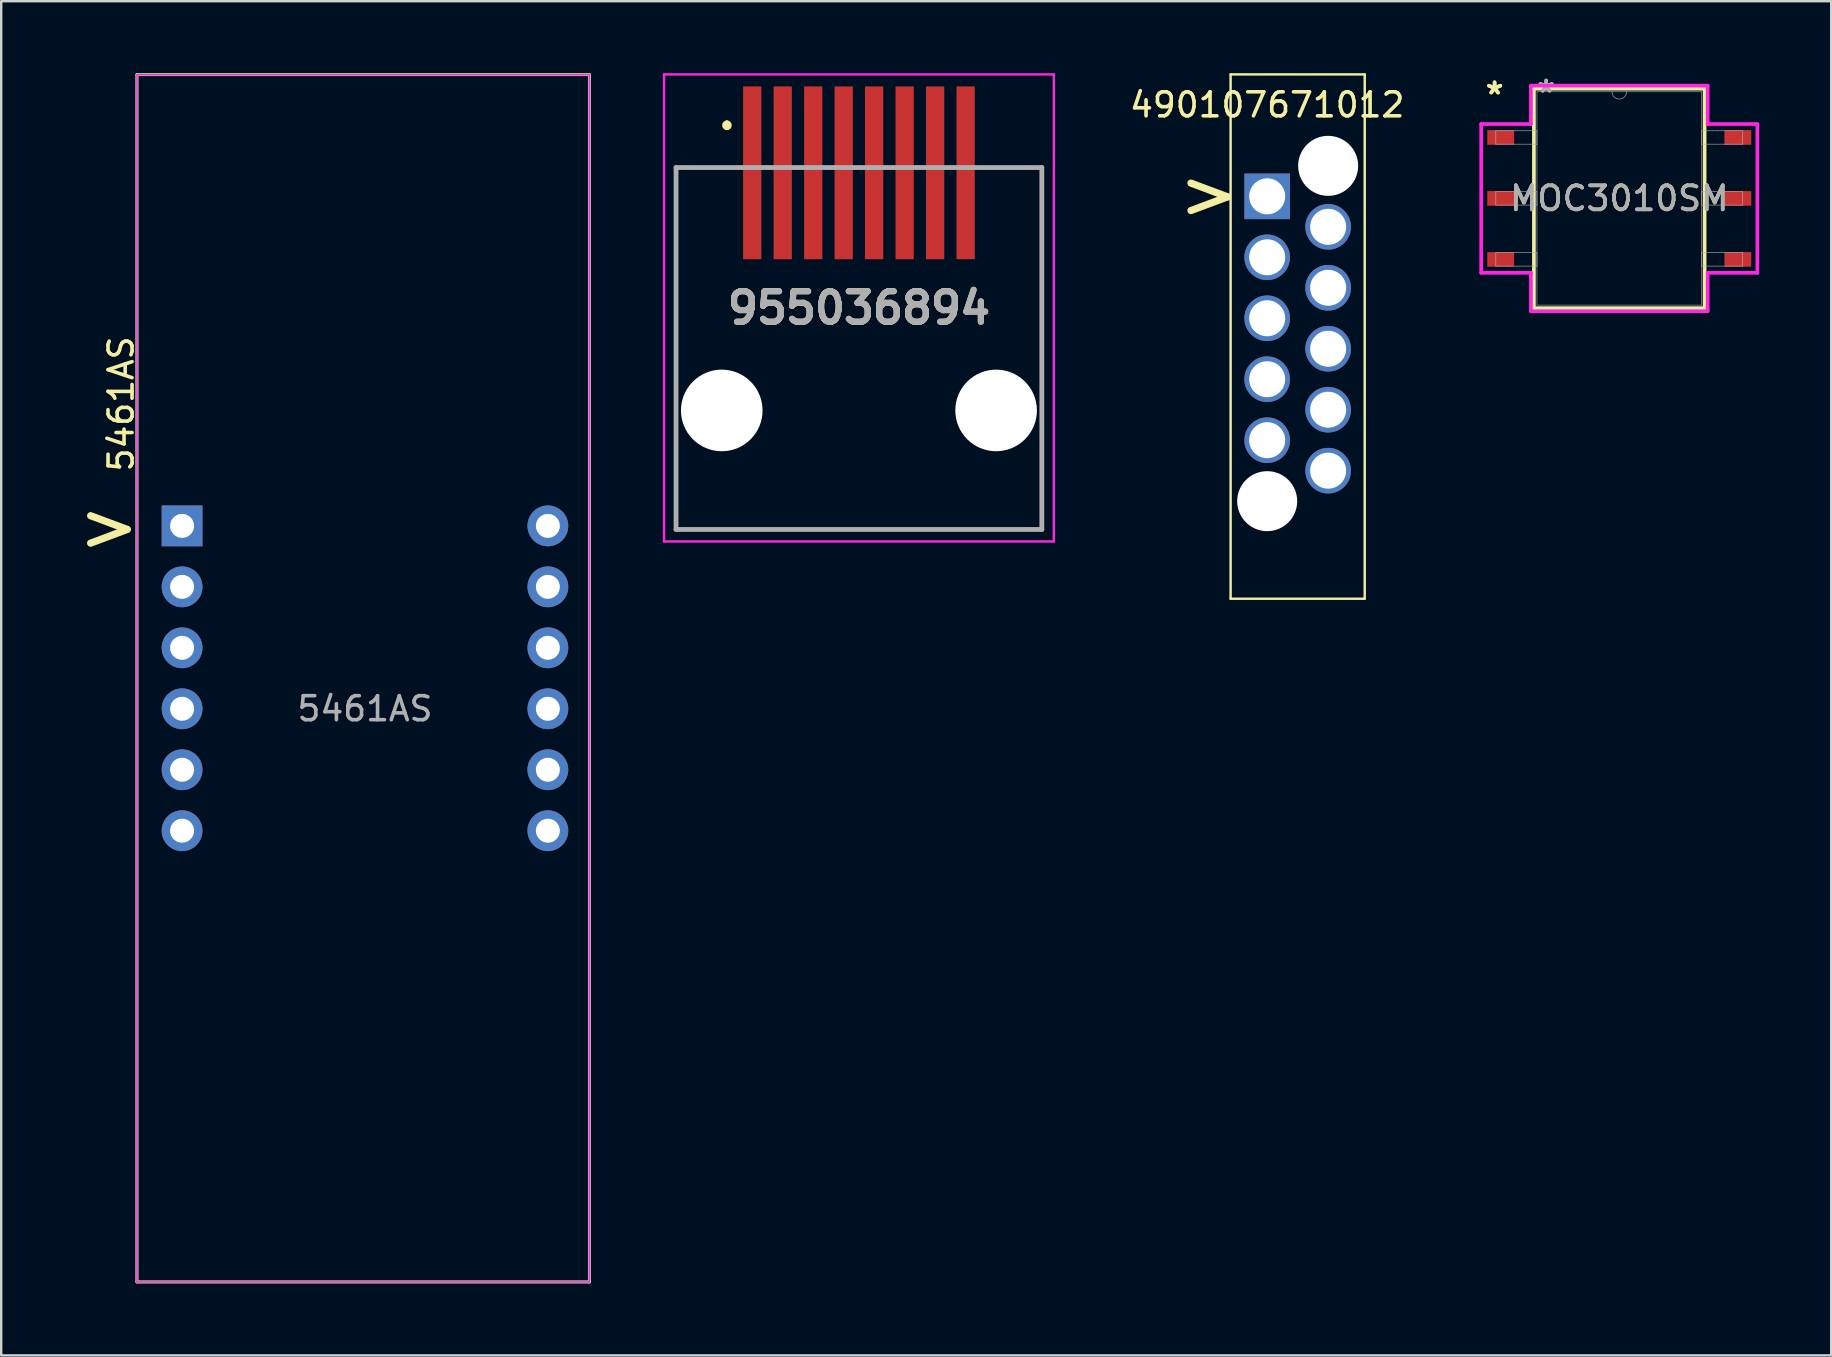
<source format=kicad_pcb>
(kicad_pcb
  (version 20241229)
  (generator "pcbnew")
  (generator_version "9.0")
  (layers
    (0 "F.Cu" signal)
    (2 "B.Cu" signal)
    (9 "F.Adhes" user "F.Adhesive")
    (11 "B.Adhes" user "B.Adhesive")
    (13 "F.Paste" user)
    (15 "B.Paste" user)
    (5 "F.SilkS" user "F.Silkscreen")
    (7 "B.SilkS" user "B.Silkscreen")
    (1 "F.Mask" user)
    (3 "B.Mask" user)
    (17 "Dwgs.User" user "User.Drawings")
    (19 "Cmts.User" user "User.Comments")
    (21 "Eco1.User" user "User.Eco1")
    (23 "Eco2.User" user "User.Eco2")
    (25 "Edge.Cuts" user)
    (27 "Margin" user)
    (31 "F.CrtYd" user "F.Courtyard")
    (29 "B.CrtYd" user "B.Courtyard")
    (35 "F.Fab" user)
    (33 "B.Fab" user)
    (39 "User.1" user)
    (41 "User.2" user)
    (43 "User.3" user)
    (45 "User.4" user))
  (footprint "MOC3010SM"
    (layer "F.Cu")
    (at 64.414 5.217)
    (property "Reference" "MOC3010SM" (at 0 0 0) (unlocked yes) (layer "F.SilkS") (effects (font (size 1 1) (thickness 0.15))))
    (attr smd)
    (fp_line (start -3.556 -4.572) (end -3.556 4.572) (stroke (width 0.152) (type solid)) (layer "F.SilkS"))
    (fp_line (start -3.556 4.572) (end 3.556 4.572) (stroke (width 0.152) (type solid)) (layer "F.SilkS"))
    (fp_line (start 3.556 -4.572) (end -3.556 -4.572) (stroke (width 0.152) (type solid)) (layer "F.SilkS"))
    (fp_line (start 3.556 4.572) (end 3.556 -4.572) (stroke (width 0.152) (type solid)) (layer "F.SilkS"))
    (fp_line (start -5.753 -3.099) (end -3.683 -3.099) (stroke (width 0.152) (type solid)) (layer "F.CrtYd"))
    (fp_line (start -5.753 3.099) (end -5.753 -3.099) (stroke (width 0.152) (type solid)) (layer "F.CrtYd"))
    (fp_line (start -5.753 3.099) (end -3.683 3.099) (stroke (width 0.152) (type solid)) (layer "F.CrtYd"))
    (fp_line (start -3.683 -4.699) (end 3.683 -4.699) (stroke (width 0.152) (type solid)) (layer "F.CrtYd"))
    (fp_line (start -3.683 -3.099) (end -3.683 -4.699) (stroke (width 0.152) (type solid)) (layer "F.CrtYd"))
    (fp_line (start -3.683 4.699) (end -3.683 3.099) (stroke (width 0.152) (type solid)) (layer "F.CrtYd"))
    (fp_line (start 3.683 -4.699) (end 3.683 -3.099) (stroke (width 0.152) (type solid)) (layer "F.CrtYd"))
    (fp_line (start 3.683 3.099) (end 3.683 4.699) (stroke (width 0.152) (type solid)) (layer "F.CrtYd"))
    (fp_line (start 3.683 4.699) (end -3.683 4.699) (stroke (width 0.152) (type solid)) (layer "F.CrtYd"))
    (fp_line (start 5.753 -3.099) (end 3.683 -3.099) (stroke (width 0.152) (type solid)) (layer "F.CrtYd"))
    (fp_line (start 5.753 -3.099) (end 5.753 3.099) (stroke (width 0.152) (type solid)) (layer "F.CrtYd"))
    (fp_line (start 5.753 3.099) (end 3.683 3.099) (stroke (width 0.152) (type solid)) (layer "F.CrtYd"))
    (fp_line (start -5.144 -2.819) (end -5.144 -2.261) (stroke (width 0.025) (type solid)) (layer "F.Fab"))
    (fp_line (start -5.144 -2.261) (end -3.429 -2.261) (stroke (width 0.025) (type solid)) (layer "F.Fab"))
    (fp_line (start -5.144 -0.279) (end -5.144 0.279) (stroke (width 0.025) (type solid)) (layer "F.Fab"))
    (fp_line (start -5.144 0.279) (end -3.429 0.279) (stroke (width 0.025) (type solid)) (layer "F.Fab"))
    (fp_line (start -5.144 2.261) (end -5.144 2.819) (stroke (width 0.025) (type solid)) (layer "F.Fab"))
    (fp_line (start -5.144 2.819) (end -3.429 2.819) (stroke (width 0.025) (type solid)) (layer "F.Fab"))
    (fp_line (start -3.429 -4.445) (end -3.429 4.445) (stroke (width 0.025) (type solid)) (layer "F.Fab"))
    (fp_line (start -3.429 -2.819) (end -5.144 -2.819) (stroke (width 0.025) (type solid)) (layer "F.Fab"))
    (fp_line (start -3.429 -2.261) (end -3.429 -2.819) (stroke (width 0.025) (type solid)) (layer "F.Fab"))
    (fp_line (start -3.429 -0.279) (end -5.144 -0.279) (stroke (width 0.025) (type solid)) (layer "F.Fab"))
    (fp_line (start -3.429 0.279) (end -3.429 -0.279) (stroke (width 0.025) (type solid)) (layer "F.Fab"))
    (fp_line (start -3.429 2.261) (end -5.144 2.261) (stroke (width 0.025) (type solid)) (layer "F.Fab"))
    (fp_line (start -3.429 2.819) (end -3.429 2.261) (stroke (width 0.025) (type solid)) (layer "F.Fab"))
    (fp_line (start -3.429 4.445) (end 3.429 4.445) (stroke (width 0.025) (type solid)) (layer "F.Fab"))
    (fp_line (start 3.429 -4.445) (end -3.429 -4.445) (stroke (width 0.025) (type solid)) (layer "F.Fab"))
    (fp_line (start 3.429 -2.819) (end 3.429 -2.261) (stroke (width 0.025) (type solid)) (layer "F.Fab"))
    (fp_line (start 3.429 -2.261) (end 5.144 -2.261) (stroke (width 0.025) (type solid)) (layer "F.Fab"))
    (fp_line (start 3.429 -0.279) (end 3.429 0.279) (stroke (width 0.025) (type solid)) (layer "F.Fab"))
    (fp_line (start 3.429 0.279) (end 5.144 0.279) (stroke (width 0.025) (type solid)) (layer "F.Fab"))
    (fp_line (start 3.429 2.261) (end 3.429 2.819) (stroke (width 0.025) (type solid)) (layer "F.Fab"))
    (fp_line (start 3.429 2.819) (end 5.144 2.819) (stroke (width 0.025) (type solid)) (layer "F.Fab"))
    (fp_line (start 3.429 4.445) (end 3.429 -4.445) (stroke (width 0.025) (type solid)) (layer "F.Fab"))
    (fp_line (start 5.144 -2.819) (end 3.429 -2.819) (stroke (width 0.025) (type solid)) (layer "F.Fab"))
    (fp_line (start 5.144 -2.261) (end 5.144 -2.819) (stroke (width 0.025) (type solid)) (layer "F.Fab"))
    (fp_line (start 5.144 -0.279) (end 3.429 -0.279) (stroke (width 0.025) (type solid)) (layer "F.Fab"))
    (fp_line (start 5.144 0.279) (end 5.144 -0.279) (stroke (width 0.025) (type solid)) (layer "F.Fab"))
    (fp_line (start 5.144 2.261) (end 3.429 2.261) (stroke (width 0.025) (type solid)) (layer "F.Fab"))
    (fp_line (start 5.144 2.819) (end 5.144 2.261) (stroke (width 0.025) (type solid)) (layer "F.Fab"))
    (fp_arc (start 0.3048 -4.445) (mid 0 -4.1402) (end -0.3048 -4.445) (stroke (width 0.0254) (type solid)) (layer "F.Fab"))
    (fp_text user "*" (at -5.194 -4.293 0) (layer "F.SilkS") (effects (font (size 1 1) (thickness 0.15))))
    (fp_text user "*" (at -5.194 -4.293 0) (unlocked yes) (layer "F.SilkS") (effects (font (size 1 1) (thickness 0.15))))
    (fp_text user "*" (at -3.048 -4.369 0) (layer "F.Fab") (effects (font (size 1 1) (thickness 0.15))))
    (fp_text user "*" (at -3.048 -4.369 0) (unlocked yes) (layer "F.Fab") (effects (font (size 1 1) (thickness 0.15))))
    (fp_text user "${REFERENCE}" (at 0 0 0) (unlocked yes) (layer "F.Fab") (effects (font (size 1 1) (thickness 0.15))))
    (pad "1" smd rect (at -4.94 -2.54) (size 1.118 0.61) (layers "F.Cu" "F.Mask" "F.Paste"))
    (pad "2" smd rect (at -4.94 0) (size 1.118 0.61) (layers "F.Cu" "F.Mask" "F.Paste"))
    (pad "3" smd rect (at -4.94 2.54) (size 1.118 0.61) (layers "F.Cu" "F.Mask" "F.Paste"))
    (pad "4" smd rect (at 4.94 2.54) (size 1.118 0.61) (layers "F.Cu" "F.Mask" "F.Paste"))
    (pad "5" smd rect (at 4.94 0) (size 1.118 0.61) (layers "F.Cu" "F.Mask" "F.Paste"))
    (pad "6" smd rect (at 4.94 -2.54) (size 1.118 0.61) (layers "F.Cu" "F.Mask" "F.Paste")))
  (footprint "5461AS"
    (layer "F.Cu")
    (at 4.536 25.21)
    (property "Reference" "5461AS" (at -2.54 -11.43 270) (layer "F.SilkS") (effects (font (size 1 1) (thickness 0.15))))
    (attr through_hole)
    (fp_line (start -1.88 -25.15) (end -1.88 25.15) (stroke (width 0.12) (type solid)) (layer "F.SilkS"))
    (fp_line (start -1.88 -25.15) (end 16.97 -25.15) (stroke (width 0.12) (type solid)) (layer "F.SilkS"))
    (fp_line (start -1.88 25.15) (end 16.97 25.15) (stroke (width 0.12) (type solid)) (layer "F.SilkS"))
    (fp_line (start 16.97 -25.15) (end 16.97 25.15) (stroke (width 0.12) (type solid)) (layer "F.SilkS"))
    (fp_line (start -1.88 -25.15) (end -1.88 25.15) (stroke (width 0.05) (type solid)) (layer "F.CrtYd"))
    (fp_line (start -1.88 25.15) (end 16.97 25.15) (stroke (width 0.05) (type solid)) (layer "F.CrtYd"))
    (fp_line (start 16.97 -25.15) (end -1.88 -25.15) (stroke (width 0.05) (type solid)) (layer "F.CrtYd"))
    (fp_line (start 16.97 25.15) (end 16.97 -25.15) (stroke (width 0.05) (type solid)) (layer "F.CrtYd"))
    (fp_line (start -1.88 -25.15) (end 16.97 -25.15) (stroke (width 0.1) (type solid)) (layer "F.Fab"))
    (fp_line (start -1.88 25.15) (end -1.88 -25.15) (stroke (width 0.1) (type solid)) (layer "F.Fab"))
    (fp_line (start -1.88 25.15) (end 16.97 25.15) (stroke (width 0.1) (type solid)) (layer "F.Fab"))
    (fp_line (start 16.97 -25.15) (end 16.97 25.15) (stroke (width 0.1) (type solid)) (layer "F.Fab"))
    (fp_text user ">" (at -3.048 -6.35 0) (unlocked yes) (layer "F.SilkS") (effects (font (size 2 2) (thickness 0.3))))
    (fp_text user "${REFERENCE}" (at 7.62 1.27 180) (layer "F.Fab") (effects (font (size 1 1) (thickness 0.15))))
    (pad "1" thru_hole rect (at 0 -6.35) (size 1.7 1.7) (drill 1) (layers "*.Cu" "*.Mask"))
    (pad "2" thru_hole oval (at 0 -3.81) (size 1.7 1.7) (drill 1) (layers "*.Cu" "*.Mask"))
    (pad "3" thru_hole oval (at 0 -1.27) (size 1.7 1.7) (drill 1) (layers "*.Cu" "*.Mask"))
    (pad "4" thru_hole oval (at 0 1.27) (size 1.7 1.7) (drill 1) (layers "*.Cu" "*.Mask"))
    (pad "5" thru_hole oval (at 0 3.81) (size 1.7 1.7) (drill 1) (layers "*.Cu" "*.Mask"))
    (pad "6" thru_hole oval (at 0 6.35) (size 1.7 1.7) (drill 1) (layers "*.Cu" "*.Mask"))
    (pad "7" thru_hole oval (at 15.24 6.35) (size 1.7 1.7) (drill 1) (layers "*.Cu" "*.Mask"))
    (pad "8" thru_hole oval (at 15.24 3.81) (size 1.7 1.7) (drill 1) (layers "*.Cu" "*.Mask"))
    (pad "9" thru_hole oval (at 15.24 1.27) (size 1.7 1.7) (drill 1) (layers "*.Cu" "*.Mask"))
    (pad "10" thru_hole oval (at 15.24 -1.27) (size 1.7 1.7) (drill 1) (layers "*.Cu" "*.Mask"))
    (pad "11" thru_hole oval (at 15.24 -3.81) (size 1.7 1.7) (drill 1) (layers "*.Cu" "*.Mask"))
    (pad "12" thru_hole oval (at 15.24 -6.35) (size 1.7 1.7) (drill 1) (layers "*.Cu" "*.Mask")))
  (footprint "490107671012"
    (layer "F.Cu")
    (at 49.745 5.13)
    (property "Reference" "490107671012" (at 0 -3.81 0) (layer "F.SilkS") (effects (font (size 1 1) (thickness 0.15))))
    (attr through_hole)
    (fp_line (start -1.524 -5.08) (end -1.524 16.764) (stroke (width 0.1) (type default)) (layer "F.SilkS"))
    (fp_line (start -1.524 16.764) (end 4.064 16.764) (stroke (width 0.1) (type default)) (layer "F.SilkS"))
    (fp_line (start 4.064 -5.08) (end -1.524 -5.08) (stroke (width 0.1) (type default)) (layer "F.SilkS"))
    (fp_line (start 4.064 16.764) (end 4.064 -5.08) (stroke (width 0.1) (type default)) (layer "F.SilkS"))
    (fp_text user ">" (at -2.413 -0.127 0) (unlocked yes) (layer "F.SilkS") (effects (font (size 2 2) (thickness 0.3))))
    (pad "" np_thru_hole circle (at 0 12.7) (size 2.5 2.5) (drill 2.5) (layers "*.Cu" "*.Mask"))
    (pad "" np_thru_hole circle (at 2.54 -1.27) (size 2.5 2.5) (drill 2.5) (layers "*.Cu" "*.Mask"))
    (pad "1" thru_hole rect (at 0 0) (size 1.9 1.9) (drill 1.5) (layers "*.Cu" "*.Mask"))
    (pad "2" thru_hole circle (at 2.54 1.27) (size 1.9 1.9) (drill 1.5) (layers "*.Cu" "*.Mask"))
    (pad "3" thru_hole circle (at 0 2.54) (size 1.9 1.9) (drill 1.5) (layers "*.Cu" "*.Mask"))
    (pad "4" thru_hole circle (at 2.54 3.81) (size 1.9 1.9) (drill 1.5) (layers "*.Cu" "*.Mask"))
    (pad "5" thru_hole circle (at 0 5.08) (size 1.9 1.9) (drill 1.5) (layers "*.Cu" "*.Mask"))
    (pad "6" thru_hole circle (at 2.54 6.35) (size 1.9 1.9) (drill 1.5) (layers "*.Cu" "*.Mask"))
    (pad "7" thru_hole circle (at 0 7.62) (size 1.9 1.9) (drill 1.5) (layers "*.Cu" "*.Mask"))
    (pad "8" thru_hole circle (at 2.54 8.89) (size 1.9 1.9) (drill 1.5) (layers "*.Cu" "*.Mask"))
    (pad "9" thru_hole circle (at 0 10.16) (size 1.9 1.9) (drill 1.5) (layers "*.Cu" "*.Mask"))
    (pad "10" thru_hole circle (at 2.54 11.43) (size 1.9 1.9) (drill 1.5) (layers "*.Cu" "*.Mask")))
  (footprint "955036894"
    (layer "F.Cu")
    (at 32.736 11.47)
    (property "Reference" "955036894" (at 0 -1.69 0) (layer "F.SilkS") (effects (font (size 1.27 1.27) (thickness 0.254))))
    (attr through_hole)
    (fp_line (start -7.62 -7.54) (end -7.62 0.5) (stroke (width 0.1) (type solid)) (layer "F.SilkS"))
    (fp_line (start -7.62 4) (end -7.62 7.54) (stroke (width 0.1) (type solid)) (layer "F.SilkS"))
    (fp_line (start -7.62 7.54) (end 7.62 7.54) (stroke (width 0.1) (type solid)) (layer "F.SilkS"))
    (fp_line (start -5.5 -9.4) (end -5.5 -9.4) (stroke (width 0.2) (type solid)) (layer "F.SilkS"))
    (fp_line (start -5.5 -9.2) (end -5.5 -9.2) (stroke (width 0.2) (type solid)) (layer "F.SilkS"))
    (fp_line (start -5.5 -7.54) (end -7.62 -7.54) (stroke (width 0.1) (type solid)) (layer "F.SilkS"))
    (fp_line (start 5.5 -7.54) (end 7.62 -7.54) (stroke (width 0.1) (type solid)) (layer "F.SilkS"))
    (fp_line (start 7.62 -7.54) (end 7.62 0.5) (stroke (width 0.1) (type solid)) (layer "F.SilkS"))
    (fp_line (start 7.62 7.54) (end 7.62 4) (stroke (width 0.1) (type solid)) (layer "F.SilkS"))
    (fp_arc (start -5.5 -9.4) (mid -5.4 -9.3) (end -5.5 -9.2) (stroke (width 0.2) (type solid)) (layer "F.SilkS"))
    (fp_arc (start -5.5 -9.2) (mid -5.6 -9.3) (end -5.5 -9.4) (stroke (width 0.2) (type solid)) (layer "F.SilkS"))
    (fp_line (start -8.12 -11.42) (end 8.12 -11.42) (stroke (width 0.1) (type solid)) (layer "F.CrtYd"))
    (fp_line (start -8.12 8.04) (end -8.12 -11.42) (stroke (width 0.1) (type solid)) (layer "F.CrtYd"))
    (fp_line (start 8.12 -11.42) (end 8.12 8.04) (stroke (width 0.1) (type solid)) (layer "F.CrtYd"))
    (fp_line (start 8.12 8.04) (end -8.12 8.04) (stroke (width 0.1) (type solid)) (layer "F.CrtYd"))
    (fp_line (start -7.62 -7.54) (end 7.62 -7.54) (stroke (width 0.2) (type solid)) (layer "F.Fab"))
    (fp_line (start -7.62 7.54) (end -7.62 -7.54) (stroke (width 0.2) (type solid)) (layer "F.Fab"))
    (fp_line (start 7.62 -7.54) (end 7.62 7.54) (stroke (width 0.2) (type solid)) (layer "F.Fab"))
    (fp_line (start 7.62 7.54) (end -7.62 7.54) (stroke (width 0.2) (type solid)) (layer "F.Fab"))
    (fp_text user "${REFERENCE}" (at 0 -1.69 0) (layer "F.Fab") (effects (font (size 1.27 1.27) (thickness 0.254))))
    (pad "" np_thru_hole circle (at -5.715 2.58) (size 3.4 3.4) (drill 3.4) (layers "*.Cu" "*.Mask"))
    (pad "" np_thru_hole circle (at 5.715 2.58) (size 3.4 3.4) (drill 3.4) (layers "*.Cu" "*.Mask"))
    (pad "1" smd rect (at -4.445 -7.32) (size 0.76 7.2) (layers "F.Cu" "F.Mask" "F.Paste"))
    (pad "2" smd rect (at -3.175 -7.32) (size 0.76 7.2) (layers "F.Cu" "F.Mask" "F.Paste"))
    (pad "3" smd rect (at -1.905 -7.32) (size 0.76 7.2) (layers "F.Cu" "F.Mask" "F.Paste"))
    (pad "4" smd rect (at -0.635 -7.32) (size 0.76 7.2) (layers "F.Cu" "F.Mask" "F.Paste"))
    (pad "5" smd rect (at 0.635 -7.32) (size 0.76 7.2) (layers "F.Cu" "F.Mask" "F.Paste"))
    (pad "6" smd rect (at 1.905 -7.32) (size 0.76 7.2) (layers "F.Cu" "F.Mask" "F.Paste"))
    (pad "7" smd rect (at 3.175 -7.32) (size 0.76 7.2) (layers "F.Cu" "F.Mask" "F.Paste"))
    (pad "8" smd rect (at 4.445 -7.32) (size 0.76 7.2) (layers "F.Cu" "F.Mask" "F.Paste")))
  (gr_rect
    (start -3 -3)
    (end 73.243 53.42)
    (stroke (width 0.1) (type default))
    (fill no)
    (layer "Edge.Cuts")))
</source>
